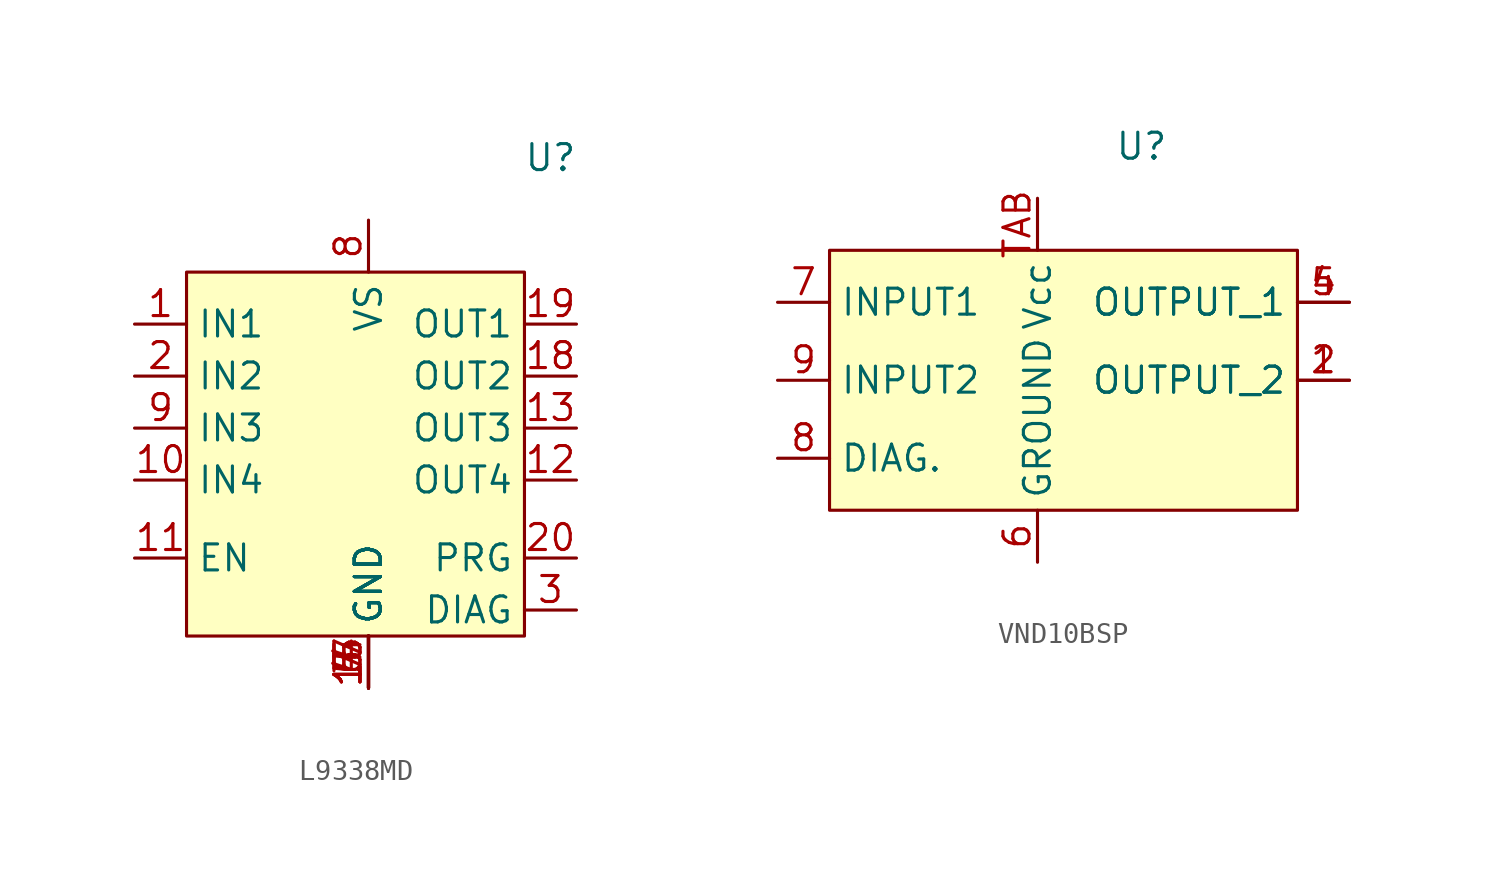
<source format=kicad_sym>
(kicad_symbol_lib
  (version 20241209)
  (generator "kicad_symbol_editor")
  (generator_version "9.0")
  (symbol "L9338MD"
    (property "Reference" "U"
      (at 8.89 4.318 0)
      (effects (font (size 1.27 1.27))))
    (property "Value" ""
      (at 0 0 0)
      (effects (font (size 1.27 1.27))))
    (symbol "L9338MD_0_0"
      (pin unspecified line (at -11.43 -3.81 0) (length 2.54) (name "IN1" (effects (font (size 1.27 1.27)))) (number "1" (effects (font (size 1.27 1.27)))))
      (pin unspecified line (at -11.43 -6.35 0) (length 2.54) (name "IN2" (effects (font (size 1.27 1.27)))) (number "2" (effects (font (size 1.27 1.27)))))
      (pin unspecified line (at -11.43 -8.89 0) (length 2.54) (name "IN3" (effects (font (size 1.27 1.27)))) (number "9" (effects (font (size 1.27 1.27)))))
      (pin unspecified line (at -11.43 -11.43 0) (length 2.54) (name "IN4" (effects (font (size 1.27 1.27)))) (number "10" (effects (font (size 1.27 1.27)))))
      (pin unspecified line (at -11.43 -15.24 0) (length 2.54) (name "EN" (effects (font (size 1.27 1.27)))) (number "11" (effects (font (size 1.27 1.27)))))
      (pin unspecified line (at 0 1.27 270) (length 2.54) (name "VS" (effects (font (size 1.27 1.27)))) (number "8" (effects (font (size 1.27 1.27)))))
      (pin unspecified line (at 0 -21.59 90) (length 2.54) (name "GND" (effects (font (size 1.27 1.27)))) (number "14" (effects (font (size 1.27 1.27)))))
      (pin unspecified line (at 0 -21.59 90) (length 2.54) (name "GND" (effects (font (size 1.27 1.27)))) (number "15" (effects (font (size 1.27 1.27)))))
      (pin unspecified line (at 0 -21.59 90) (length 2.54) (name "GND" (effects (font (size 1.27 1.27)))) (number "16" (effects (font (size 1.27 1.27)))))
      (pin unspecified line (at 0 -21.59 90) (length 2.54) (name "GND" (effects (font (size 1.27 1.27)))) (number "17" (effects (font (size 1.27 1.27)))))
      (pin unspecified line (at 0 -21.59 90) (length 2.54) (name "GND" (effects (font (size 1.27 1.27)))) (number "4" (effects (font (size 1.27 1.27)))))
      (pin unspecified line (at 0 -21.59 90) (length 2.54) (name "GND" (effects (font (size 1.27 1.27)))) (number "5" (effects (font (size 1.27 1.27)))))
      (pin unspecified line (at 0 -21.59 90) (length 2.54) (name "GND" (effects (font (size 1.27 1.27)))) (number "6" (effects (font (size 1.27 1.27)))))
      (pin unspecified line (at 0 -21.59 90) (length 2.54) (name "GND" (effects (font (size 1.27 1.27)))) (number "7" (effects (font (size 1.27 1.27)))))
      (pin unspecified line (at 10.16 -3.81 180) (length 2.54) (name "OUT1" (effects (font (size 1.27 1.27)))) (number "19" (effects (font (size 1.27 1.27)))))
      (pin unspecified line (at 10.16 -6.35 180) (length 2.54) (name "OUT2" (effects (font (size 1.27 1.27)))) (number "18" (effects (font (size 1.27 1.27)))))
      (pin unspecified line (at 10.16 -8.89 180) (length 2.54) (name "OUT3" (effects (font (size 1.27 1.27)))) (number "13" (effects (font (size 1.27 1.27)))))
      (pin unspecified line (at 10.16 -11.43 180) (length 2.54) (name "OUT4" (effects (font (size 1.27 1.27)))) (number "12" (effects (font (size 1.27 1.27)))))
      (pin unspecified line (at 10.16 -15.24 180) (length 2.54) (name "PRG" (effects (font (size 1.27 1.27)))) (number "20" (effects (font (size 1.27 1.27)))))
      (pin unspecified line (at 10.16 -17.78 180) (length 2.54) (name "DIAG" (effects (font (size 1.27 1.27)))) (number "3" (effects (font (size 1.27 1.27))))))
    (symbol "L9338MD_1_1"
      (rectangle (start -8.89 -1.27) (end 7.62 -19.05) (stroke (width 0) (type solid)) (fill (type background)))))
  (symbol "VND10BSP"
    (property "Reference" "U"
      (at 5.08 3.81 0)
      (effects (font (size 1.27 1.27))))
    (property "Value" ""
      (at 0 0 0)
      (effects (font (size 1.27 1.27))))
    (symbol "VND10BSP_0_0"
      (pin unspecified line (at -12.7 -11.43 0) (length 2.54) (name "DIAG." (effects (font (size 1.27 1.27)))) (number "8" (effects (font (size 1.27 1.27)))))
      (pin unspecified line (at 15.24 -3.81 180) (length 2.54) (name "OUTPUT_1" (effects (font (size 1.27 1.27)))) (number "4" (effects (font (size 1.27 1.27)))))
      (pin unspecified line (at 15.24 -3.81 180) (length 2.54) (name "OUTPUT_1" (effects (font (size 1.27 1.27)))) (number "5" (effects (font (size 1.27 1.27)))))
      (pin unspecified line (at 15.24 -7.62 180) (length 2.54) (name "OUTPUT_2" (effects (font (size 1.27 1.27)))) (number "1" (effects (font (size 1.27 1.27)))))
      (pin unspecified line (at 15.24 -7.62 180) (length 2.54) (name "OUTPUT_2" (effects (font (size 1.27 1.27)))) (number "2" (effects (font (size 1.27 1.27))))))
    (symbol "VND10BSP_1_0"
      (pin unspecified line (at -12.7 -3.81 0) (length 2.54) (name "INPUT1" (effects (font (size 1.27 1.27)))) (number "7" (effects (font (size 1.27 1.27)))))
      (pin unspecified line (at -12.7 -7.62 0) (length 2.54) (name "INPUT2" (effects (font (size 1.27 1.27)))) (number "9" (effects (font (size 1.27 1.27)))))
      (pin power_in line (at 0 1.27 270) (length 2.54) (name "Vcc" (effects (font (size 1.27 1.27)))) (number "TAB" (effects (font (size 1.27 1.27)))))
      (pin power_in line (at 0 -16.51 90) (length 2.54) (name "GROUND" (effects (font (size 1.27 1.27)))) (number "6" (effects (font (size 1.27 1.27)))))
      (pin no_connect line (at 15.24 -11.43 180) (length 2.54) (hide yes) (name "NC" (effects (font (size 1.27 1.27)))) (number "10" (effects (font (size 1.27 1.27)))))
      (pin no_connect line (at 15.24 -11.43 180) (length 2.54) (hide yes) (name "NC" (effects (font (size 1.27 1.27)))) (number "3" (effects (font (size 1.27 1.27))))))
    (symbol "VND10BSP_1_1"
      (rectangle (start -10.16 -1.27) (end 12.7 -13.97) (stroke (width 0) (type solid)) (fill (type background))))))
</source>
